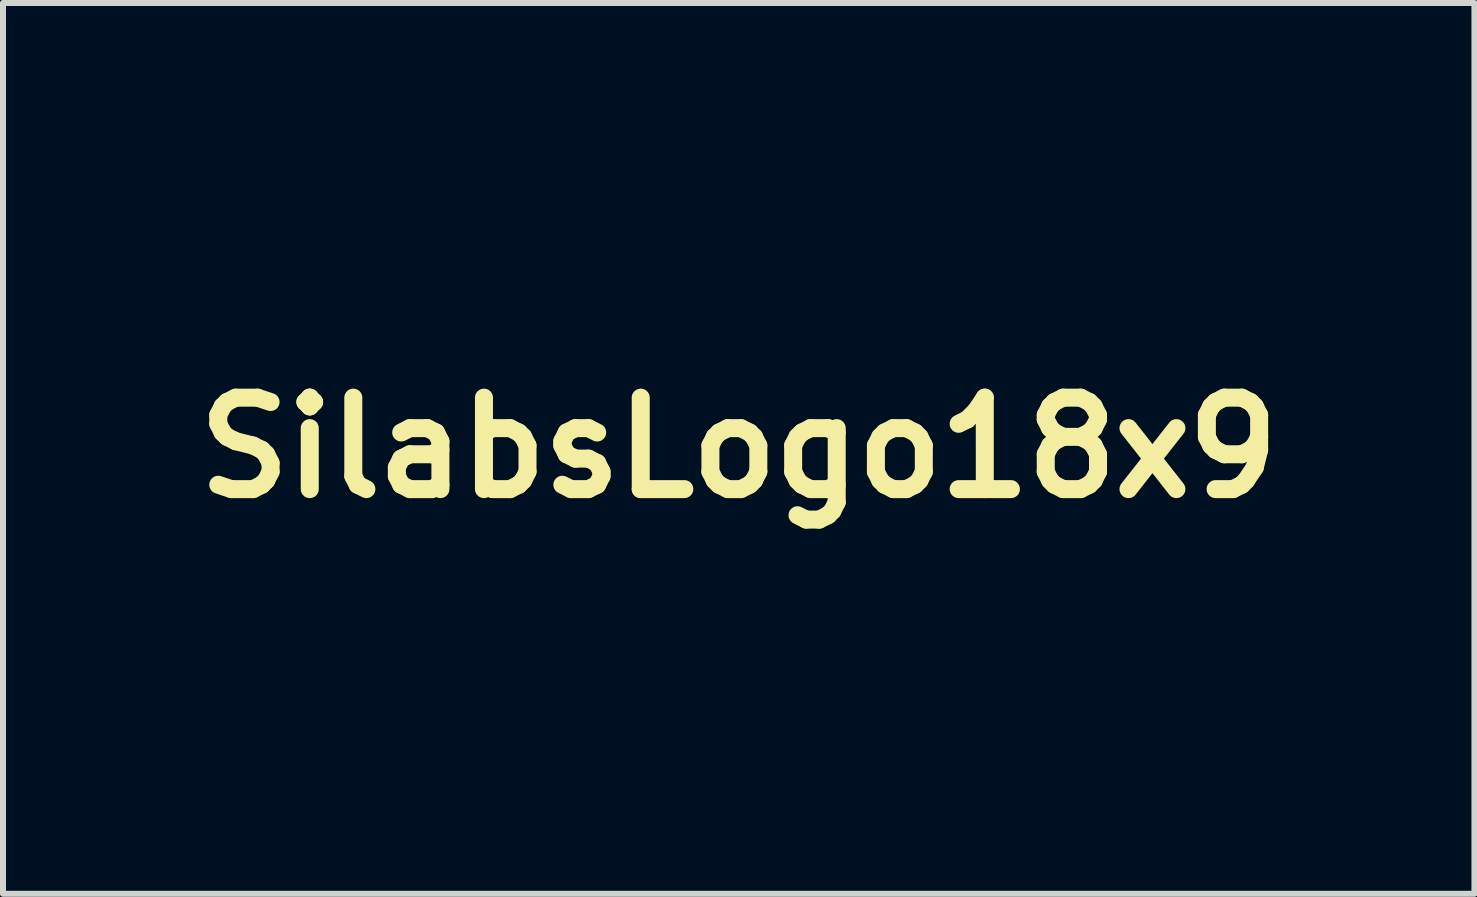
<source format=kicad_pcb>
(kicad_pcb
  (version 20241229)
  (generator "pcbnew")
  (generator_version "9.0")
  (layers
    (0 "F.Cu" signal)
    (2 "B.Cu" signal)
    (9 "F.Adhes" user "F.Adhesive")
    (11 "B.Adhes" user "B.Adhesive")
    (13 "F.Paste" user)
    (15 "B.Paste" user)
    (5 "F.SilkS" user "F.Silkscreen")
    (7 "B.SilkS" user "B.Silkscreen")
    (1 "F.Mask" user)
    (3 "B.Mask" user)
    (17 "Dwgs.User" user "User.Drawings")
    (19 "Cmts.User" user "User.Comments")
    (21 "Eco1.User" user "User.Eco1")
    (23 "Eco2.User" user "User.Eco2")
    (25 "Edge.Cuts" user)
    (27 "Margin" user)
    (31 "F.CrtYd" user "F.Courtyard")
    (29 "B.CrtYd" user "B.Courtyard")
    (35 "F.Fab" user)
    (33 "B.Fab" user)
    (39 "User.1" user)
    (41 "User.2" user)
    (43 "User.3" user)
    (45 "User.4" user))
  (footprint "SilabsLogo18x9"
    (layer "F.Cu")
    (at 9.26 4.411)
    (property "Reference" "SilabsLogo18x9" (at 0 0 0) (layer "F.SilkS") (effects (font (size 1.524 1.524) (thickness 0.3))))
    (attr through_hole)
    (fp_poly (pts (xy -6.856 4.428) (xy -7.148 4.428) (xy -7.148 2.428) (xy -6.856 2.428) (xy -6.856 4.428)) (stroke (width 0.01) (type solid)) (fill no) (layer "Eco2.User"))
    (fp_poly (pts (xy -4.428 4.428) (xy -4.72 4.428) (xy -4.72 2.428) (xy -4.428 2.428) (xy -4.428 4.428)) (stroke (width 0.01) (type solid)) (fill no) (layer "Eco2.User"))
    (fp_poly (pts (xy 3.282 4.136) (xy 4.001 4.136) (xy 4.001 4.428) (xy 2.99 4.428) (xy 2.99 2.428) (xy 3.282 2.428) (xy 3.282 4.136)) (stroke (width 0.01) (type solid)) (fill no) (layer "Eco2.User"))
    (fp_poly (pts (xy -5.844 4.135) (xy -5.49 4.141) (xy -5.136 4.147) (xy -5.123 4.428) (xy -6.136 4.428) (xy -6.136 2.428) (xy -5.844 2.428) (xy -5.844 4.135)) (stroke (width 0.01) (type solid)) (fill no) (layer "Eco2.User"))
    (fp_poly (pts (xy -0.142 2.432) (xy 0.008 2.439) (xy 0.551 3.663) (xy 0.557 3.045) (xy 0.563 2.428) (xy 0.854 2.428) (xy 0.854 4.428) (xy 0.567 4.428) (xy 0.289 3.8) (xy 0.011 3.172) (xy 0.005 3.8) (xy -0.001 4.428) (xy -0.292 4.428) (xy -0.292 2.426) (xy -0.142 2.432)) (stroke (width 0.01) (type solid)) (fill no) (layer "Eco2.User"))
    (fp_poly (pts (xy 6.907 2.428) (xy 7.042 2.431) (xy 7.144 2.438) (xy 7.22 2.45) (xy 7.275 2.468) (xy 7.315 2.495) (xy 7.347 2.53) (xy 7.374 2.569) (xy 7.392 2.606) (xy 7.405 2.649) (xy 7.413 2.709) (xy 7.416 2.794) (xy 7.418 2.914) (xy 7.418 2.933) (xy 7.418 3.224) (xy 7.215 3.43) (xy 7.316 3.529) (xy 7.418 3.628) (xy 7.418 3.921) (xy 7.417 4.047) (xy 7.413 4.136) (xy 7.406 4.199) (xy 7.394 4.244) (xy 7.377 4.281) (xy 7.374 4.287) (xy 7.344 4.331) (xy 7.311 4.365) (xy 7.269 4.39) (xy 7.212 4.407) (xy 7.133 4.419) (xy 7.027 4.425) (xy 6.888 4.428) (xy 6.733 4.428) (xy 6.271 4.428) (xy 6.271 3.574) (xy 6.564 3.574) (xy 6.564 4.136) (xy 7.125 4.136) (xy 7.125 3.574) (xy 6.564 3.574) (xy 6.271 3.574) (xy 6.271 2.72) (xy 6.564 2.72) (xy 6.564 3.282) (xy 7.125 3.282) (xy 7.125 2.72) (xy 6.564 2.72) (xy 6.271 2.72) (xy 6.271 2.428) (xy 6.733 2.428) (xy 6.907 2.428)) (stroke (width 0.01) (type solid)) (fill no) (layer "Eco2.User"))
    (fp_poly (pts (xy -0.952 2.526) (xy -0.854 2.624) (xy -0.854 3.419) (xy -0.854 3.631) (xy -0.855 3.802) (xy -0.856 3.937) (xy -0.858 4.042) (xy -0.862 4.12) (xy -0.866 4.178) (xy -0.872 4.218) (xy -0.88 4.247) (xy -0.89 4.268) (xy -0.897 4.279) (xy -0.935 4.331) (xy -0.974 4.37) (xy -1.023 4.396) (xy -1.088 4.413) (xy -1.177 4.423) (xy -1.298 4.427) (xy -1.427 4.428) (xy -1.566 4.427) (xy -1.667 4.425) (xy -1.739 4.42) (xy -1.789 4.412) (xy -1.825 4.4) (xy -1.851 4.385) (xy -1.911 4.334) (xy -1.958 4.279) (xy -1.969 4.259) (xy -1.978 4.235) (xy -1.985 4.201) (xy -1.991 4.153) (xy -1.995 4.087) (xy -1.997 3.996) (xy -1.999 3.878) (xy -2 3.726) (xy -2 3.536) (xy -2 3.428) (xy -2 3.218) (xy -2 3.048) (xy -1.998 2.914) (xy -1.996 2.81) (xy -1.993 2.732) (xy -1.992 2.72) (xy -1.708 2.72) (xy -1.708 4.136) (xy -1.146 4.136) (xy -1.146 2.72) (xy -1.708 2.72) (xy -1.992 2.72) (xy -1.988 2.676) (xy -1.982 2.636) (xy -1.974 2.608) (xy -1.964 2.586) (xy -1.958 2.577) (xy -1.921 2.525) (xy -1.882 2.487) (xy -1.834 2.46) (xy -1.77 2.443) (xy -1.682 2.433) (xy -1.564 2.429) (xy -1.419 2.428) (xy -1.051 2.428) (xy -0.952 2.526)) (stroke (width 0.01) (type solid)) (fill no) (layer "Eco2.User"))
    (fp_poly (pts (xy -3.113 2.432) (xy -2.977 2.435) (xy -2.877 2.438) (xy -2.808 2.443) (xy -2.761 2.451) (xy -2.729 2.462) (xy -2.704 2.478) (xy -2.686 2.495) (xy -2.616 2.576) (xy -2.577 2.668) (xy -2.563 2.783) (xy -2.562 2.809) (xy -2.562 2.945) (xy -2.855 2.945) (xy -2.855 2.72) (xy -3.417 2.72) (xy -3.417 4.136) (xy -2.855 4.136) (xy -2.855 3.842) (xy -2.714 3.848) (xy -2.574 3.855) (xy -2.574 4.046) (xy -2.576 4.148) (xy -2.583 4.216) (xy -2.598 4.264) (xy -2.619 4.297) (xy -2.657 4.343) (xy -2.697 4.377) (xy -2.745 4.401) (xy -2.811 4.416) (xy -2.901 4.424) (xy -3.022 4.428) (xy -3.139 4.428) (xy -3.277 4.427) (xy -3.378 4.425) (xy -3.449 4.42) (xy -3.5 4.412) (xy -3.538 4.4) (xy -3.567 4.384) (xy -3.603 4.361) (xy -3.632 4.338) (xy -3.656 4.309) (xy -3.674 4.27) (xy -3.687 4.217) (xy -3.696 4.145) (xy -3.703 4.05) (xy -3.706 3.926) (xy -3.708 3.77) (xy -3.709 3.576) (xy -3.709 3.423) (xy -3.709 3.214) (xy -3.708 3.045) (xy -3.707 2.912) (xy -3.705 2.808) (xy -3.701 2.731) (xy -3.697 2.674) (xy -3.69 2.634) (xy -3.682 2.604) (xy -3.672 2.581) (xy -3.665 2.569) (xy -3.63 2.519) (xy -3.591 2.482) (xy -3.54 2.457) (xy -3.472 2.44) (xy -3.378 2.432) (xy -3.252 2.43) (xy -3.113 2.432)) (stroke (width 0.01) (type solid)) (fill no) (layer "Eco2.User"))
    (fp_poly (pts (xy 5.074 2.432) (xy 5.221 2.439) (xy 5.272 2.619) (xy 5.29 2.682) (xy 5.319 2.783) (xy 5.356 2.914) (xy 5.4 3.07) (xy 5.449 3.244) (xy 5.502 3.429) (xy 5.55 3.6) (xy 5.601 3.782) (xy 5.649 3.95) (xy 5.691 4.1) (xy 5.726 4.226) (xy 5.753 4.324) (xy 5.77 4.388) (xy 5.777 4.415) (xy 5.777 4.415) (xy 5.756 4.421) (xy 5.702 4.426) (xy 5.627 4.428) (xy 5.624 4.428) (xy 5.472 4.428) (xy 5.418 4.215) (xy 5.365 4.001) (xy 4.772 4.001) (xy 4.748 4.085) (xy 4.728 4.156) (xy 4.702 4.245) (xy 4.687 4.299) (xy 4.65 4.428) (xy 4.505 4.428) (xy 4.431 4.426) (xy 4.379 4.419) (xy 4.361 4.41) (xy 4.367 4.387) (xy 4.383 4.325) (xy 4.41 4.231) (xy 4.444 4.11) (xy 4.484 3.967) (xy 4.529 3.807) (xy 4.557 3.709) (xy 4.854 3.709) (xy 5.07 3.709) (xy 5.169 3.708) (xy 5.232 3.705) (xy 5.265 3.698) (xy 5.276 3.685) (xy 5.274 3.67) (xy 5.264 3.635) (xy 5.245 3.566) (xy 5.219 3.469) (xy 5.189 3.354) (xy 5.167 3.272) (xy 5.071 2.914) (xy 4.978 3.25) (xy 4.945 3.371) (xy 4.914 3.481) (xy 4.89 3.571) (xy 4.874 3.631) (xy 4.87 3.647) (xy 4.854 3.709) (xy 4.557 3.709) (xy 4.578 3.635) (xy 4.629 3.458) (xy 4.679 3.28) (xy 4.729 3.106) (xy 4.776 2.942) (xy 4.818 2.794) (xy 4.855 2.665) (xy 4.885 2.563) (xy 4.906 2.492) (xy 4.914 2.466) (xy 4.927 2.444) (xy 4.957 2.433) (xy 5.013 2.43) (xy 5.074 2.432)) (stroke (width 0.01) (type solid)) (fill no) (layer "Eco2.User"))
    (fp_poly (pts (xy 8.452 2.432) (xy 8.855 2.439) (xy 8.918 2.501) (xy 8.949 2.536) (xy 8.968 2.574) (xy 8.979 2.626) (xy 8.986 2.704) (xy 8.988 2.754) (xy 8.996 2.945) (xy 8.699 2.945) (xy 8.699 2.72) (xy 8.137 2.72) (xy 8.137 2.864) (xy 8.142 2.96) (xy 8.157 3.021) (xy 8.174 3.045) (xy 8.206 3.068) (xy 8.27 3.105) (xy 8.36 3.154) (xy 8.466 3.21) (xy 8.539 3.247) (xy 8.682 3.319) (xy 8.79 3.377) (xy 8.868 3.427) (xy 8.922 3.477) (xy 8.955 3.533) (xy 8.974 3.602) (xy 8.982 3.692) (xy 8.986 3.808) (xy 8.987 3.866) (xy 8.989 4.019) (xy 8.985 4.135) (xy 8.973 4.221) (xy 8.952 4.283) (xy 8.92 4.33) (xy 8.875 4.368) (xy 8.85 4.384) (xy 8.817 4.401) (xy 8.78 4.413) (xy 8.728 4.421) (xy 8.655 4.425) (xy 8.553 4.427) (xy 8.418 4.428) (xy 8.28 4.427) (xy 8.18 4.425) (xy 8.108 4.42) (xy 8.058 4.412) (xy 8.021 4.4) (xy 7.99 4.384) (xy 7.987 4.382) (xy 7.915 4.317) (xy 7.87 4.231) (xy 7.85 4.116) (xy 7.849 4.018) (xy 7.856 3.855) (xy 7.997 3.848) (xy 8.137 3.842) (xy 8.137 4.136) (xy 8.699 4.136) (xy 8.699 3.935) (xy 8.697 3.841) (xy 8.693 3.762) (xy 8.688 3.709) (xy 8.685 3.699) (xy 8.661 3.677) (xy 8.604 3.64) (xy 8.52 3.591) (xy 8.418 3.535) (xy 8.342 3.496) (xy 8.2 3.421) (xy 8.081 3.352) (xy 7.99 3.293) (xy 7.935 3.248) (xy 7.856 3.167) (xy 7.856 2.604) (xy 7.952 2.514) (xy 8.048 2.425) (xy 8.452 2.432)) (stroke (width 0.01) (type solid)) (fill no) (layer "Eco2.User"))
    (fp_poly (pts (xy -8.286 2.429) (xy -8.17 2.433) (xy -8.076 2.438) (xy -8.012 2.445) (xy -7.992 2.45) (xy -7.919 2.5) (xy -7.871 2.588) (xy -7.847 2.713) (xy -7.845 2.782) (xy -7.845 2.945) (xy -8.137 2.945) (xy -8.137 2.72) (xy -8.701 2.72) (xy -8.694 2.883) (xy -8.688 3.046) (xy -8.317 3.237) (xy -8.168 3.314) (xy -8.055 3.376) (xy -7.971 3.431) (xy -7.913 3.483) (xy -7.877 3.54) (xy -7.856 3.609) (xy -7.847 3.695) (xy -7.845 3.805) (xy -7.845 3.883) (xy -7.847 4.036) (xy -7.856 4.151) (xy -7.873 4.236) (xy -7.9 4.299) (xy -7.94 4.346) (xy -7.99 4.383) (xy -8.023 4.4) (xy -8.06 4.412) (xy -8.109 4.421) (xy -8.18 4.425) (xy -8.279 4.428) (xy -8.415 4.428) (xy -8.421 4.428) (xy -8.559 4.427) (xy -8.66 4.425) (xy -8.731 4.42) (xy -8.782 4.412) (xy -8.82 4.4) (xy -8.85 4.384) (xy -8.915 4.332) (xy -8.958 4.264) (xy -8.982 4.172) (xy -8.991 4.047) (xy -8.991 4.024) (xy -8.991 3.842) (xy -8.851 3.848) (xy -8.71 3.855) (xy -8.703 3.995) (xy -8.697 4.136) (xy -8.137 4.136) (xy -8.137 3.924) (xy -8.139 3.816) (xy -8.145 3.744) (xy -8.157 3.7) (xy -8.174 3.675) (xy -8.206 3.652) (xy -8.271 3.614) (xy -8.359 3.566) (xy -8.462 3.512) (xy -8.494 3.495) (xy -8.648 3.417) (xy -8.766 3.353) (xy -8.853 3.297) (xy -8.915 3.245) (xy -8.954 3.19) (xy -8.977 3.126) (xy -8.988 3.049) (xy -8.991 2.951) (xy -8.991 2.888) (xy -8.988 2.755) (xy -8.977 2.657) (xy -8.954 2.586) (xy -8.917 2.531) (xy -8.862 2.484) (xy -8.842 2.47) (xy -8.812 2.454) (xy -8.776 2.443) (xy -8.725 2.435) (xy -8.651 2.43) (xy -8.547 2.428) (xy -8.414 2.428) (xy -8.286 2.429)) (stroke (width 0.01) (type solid)) (fill no) (layer "Eco2.User"))
    (fp_poly (pts (xy 0.313 -4.404) (xy 0.312 -4.398) (xy 0.278 -4.388) (xy 0.208 -4.373) (xy 0.1 -4.353) (xy -0.047 -4.327) (xy -0.237 -4.295) (xy -0.823 -4.192) (xy -1.368 -4.083) (xy -1.877 -3.968) (xy -2.354 -3.845) (xy -2.804 -3.714) (xy -3.229 -3.573) (xy -3.636 -3.421) (xy -4.027 -3.256) (xy -4.408 -3.077) (xy -4.518 -3.022) (xy -4.74 -2.906) (xy -4.927 -2.802) (xy -5.086 -2.704) (xy -5.225 -2.608) (xy -5.351 -2.508) (xy -5.471 -2.4) (xy -5.542 -2.33) (xy -5.671 -2.193) (xy -5.768 -2.074) (xy -5.835 -1.965) (xy -5.879 -1.859) (xy -5.902 -1.748) (xy -5.908 -1.682) (xy -5.898 -1.526) (xy -5.85 -1.38) (xy -5.761 -1.243) (xy -5.63 -1.113) (xy -5.461 -0.99) (xy -5.276 -0.885) (xy -5.058 -0.789) (xy -4.805 -0.701) (xy -4.513 -0.619) (xy -4.181 -0.543) (xy -4.065 -0.519) (xy -3.857 -0.481) (xy -3.65 -0.449) (xy -3.441 -0.422) (xy -3.222 -0.401) (xy -2.989 -0.385) (xy -2.737 -0.373) (xy -2.461 -0.366) (xy -2.154 -0.363) (xy -1.812 -0.363) (xy -1.508 -0.367) (xy -1.167 -0.372) (xy -0.863 -0.38) (xy -0.584 -0.39) (xy -0.323 -0.404) (xy -0.069 -0.421) (xy 0.187 -0.444) (xy 0.454 -0.471) (xy 0.742 -0.504) (xy 0.847 -0.516) (xy 0.989 -0.535) (xy 1.144 -0.556) (xy 1.304 -0.579) (xy 1.465 -0.603) (xy 1.62 -0.628) (xy 1.762 -0.651) (xy 1.886 -0.673) (xy 1.986 -0.692) (xy 2.056 -0.706) (xy 2.089 -0.716) (xy 2.09 -0.718) (xy 2.07 -0.734) (xy 2.017 -0.758) (xy 1.94 -0.788) (xy 1.849 -0.819) (xy 1.754 -0.85) (xy 1.665 -0.875) (xy 1.618 -0.886) (xy 1.495 -0.908) (xy 1.335 -0.93) (xy 1.146 -0.95) (xy 0.938 -0.969) (xy 0.718 -0.985) (xy 0.494 -0.998) (xy 0.276 -1.007) (xy 0.07 -1.011) (xy 0 -1.011) (xy -0.365 -1.02) (xy -0.706 -1.046) (xy -1.02 -1.089) (xy -1.301 -1.147) (xy -1.506 -1.207) (xy -1.756 -1.303) (xy -1.962 -1.408) (xy -2.126 -1.521) (xy -2.248 -1.645) (xy -2.33 -1.779) (xy -2.373 -1.925) (xy -2.377 -1.967) (xy -2.368 -2.108) (xy -2.318 -2.258) (xy -2.23 -2.412) (xy -2.108 -2.564) (xy -1.954 -2.71) (xy -1.903 -2.752) (xy -1.584 -2.976) (xy -1.227 -3.183) (xy -0.835 -3.37) (xy -0.412 -3.537) (xy 0.038 -3.682) (xy 0.513 -3.804) (xy 1.008 -3.901) (xy 1.304 -3.946) (xy 1.458 -3.962) (xy 1.647 -3.976) (xy 1.858 -3.986) (xy 2.082 -3.993) (xy 2.307 -3.997) (xy 2.522 -3.996) (xy 2.717 -3.992) (xy 2.88 -3.982) (xy 2.9 -3.981) (xy 3.185 -3.951) (xy 3.46 -3.911) (xy 3.721 -3.863) (xy 3.96 -3.809) (xy 4.174 -3.748) (xy 4.357 -3.684) (xy 4.504 -3.617) (xy 4.572 -3.575) (xy 4.67 -3.496) (xy 4.761 -3.403) (xy 4.833 -3.308) (xy 4.878 -3.221) (xy 4.881 -3.211) (xy 4.892 -3.098) (xy 4.861 -2.983) (xy 4.789 -2.871) (xy 4.784 -2.865) (xy 4.741 -2.826) (xy 4.674 -2.775) (xy 4.592 -2.718) (xy 4.506 -2.662) (xy 4.425 -2.614) (xy 4.359 -2.578) (xy 4.318 -2.563) (xy 4.315 -2.562) (xy 4.294 -2.549) (xy 4.293 -2.546) (xy 4.315 -2.538) (xy 4.376 -2.526) (xy 4.471 -2.508) (xy 4.596 -2.487) (xy 4.746 -2.462) (xy 4.915 -2.435) (xy 5.091 -2.408) (xy 5.888 -2.287) (xy 6.119 -2.359) (xy 6.311 -2.419) (xy 6.467 -2.469) (xy 6.591 -2.509) (xy 6.692 -2.544) (xy 6.775 -2.574) (xy 6.846 -2.603) (xy 6.911 -2.631) (xy 6.961 -2.655) (xy 7.136 -2.754) (xy 7.285 -2.871) (xy 7.403 -3.001) (xy 7.486 -3.138) (xy 7.531 -3.279) (xy 7.538 -3.364) (xy 7.514 -3.508) (xy 7.449 -3.652) (xy 7.345 -3.79) (xy 7.206 -3.92) (xy 7.036 -4.038) (xy 6.917 -4.102) (xy 6.835 -4.143) (xy 6.775 -4.177) (xy 6.743 -4.198) (xy 6.743 -4.203) (xy 6.785 -4.196) (xy 6.862 -4.175) (xy 6.964 -4.144) (xy 7.083 -4.106) (xy 7.211 -4.062) (xy 7.339 -4.017) (xy 7.46 -3.972) (xy 7.564 -3.931) (xy 7.594 -3.919) (xy 7.899 -3.775) (xy 8.169 -3.62) (xy 8.405 -3.453) (xy 8.603 -3.278) (xy 8.763 -3.095) (xy 8.881 -2.907) (xy 8.957 -2.714) (xy 8.967 -2.675) (xy 8.993 -2.463) (xy 8.976 -2.244) (xy 8.917 -2.02) (xy 8.817 -1.792) (xy 8.677 -1.562) (xy 8.499 -1.332) (xy 8.283 -1.103) (xy 8.031 -0.877) (xy 7.743 -0.655) (xy 7.421 -0.438) (xy 7.331 -0.383) (xy 7.027 -0.203) (xy 6.728 -0.037) (xy 6.429 0.118) (xy 6.123 0.264) (xy 5.804 0.405) (xy 5.465 0.543) (xy 5.1 0.68) (xy 4.702 0.821) (xy 4.328 0.947) (xy 4.098 1.022) (xy 3.909 1.084) (xy 3.76 1.131) (xy 3.652 1.164) (xy 3.586 1.183) (xy 3.561 1.187) (xy 3.578 1.177) (xy 3.637 1.152) (xy 3.72 1.12) (xy 3.974 1.022) (xy 4.192 0.937) (xy 4.38 0.861) (xy 4.544 0.791) (xy 4.69 0.726) (xy 4.826 0.663) (xy 4.923 0.615) (xy 5.213 0.461) (xy 5.475 0.302) (xy 5.706 0.141) (xy 5.904 -0.02) (xy 6.066 -0.178) (xy 6.188 -0.332) (xy 6.25 -0.437) (xy 6.312 -0.6) (xy 6.339 -0.76) (xy 6.331 -0.911) (xy 6.298 -1.018) (xy 6.21 -1.164) (xy 6.08 -1.301) (xy 5.91 -1.429) (xy 5.701 -1.546) (xy 5.457 -1.652) (xy 5.178 -1.745) (xy 4.868 -1.824) (xy 4.608 -1.875) (xy 3.918 -1.977) (xy 3.212 -2.044) (xy 2.486 -2.078) (xy 1.739 -2.079) (xy 0.969 -2.045) (xy 0.171 -1.978) (xy -0.247 -1.931) (xy -0.392 -1.913) (xy -0.552 -1.891) (xy -0.721 -1.867) (xy -0.892 -1.842) (xy -1.061 -1.817) (xy -1.22 -1.792) (xy -1.364 -1.769) (xy -1.487 -1.748) (xy -1.583 -1.73) (xy -1.646 -1.717) (xy -1.67 -1.709) (xy -1.661 -1.692) (xy -1.618 -1.664) (xy -1.548 -1.629) (xy -1.46 -1.589) (xy -1.361 -1.548) (xy -1.259 -1.511) (xy -1.163 -1.479) (xy -1.098 -1.461) (xy -0.933 -1.429) (xy -0.729 -1.4) (xy -0.49 -1.375) (xy -0.222 -1.356) (xy 0.07 -1.342) (xy 0.18 -1.338) (xy 0.528 -1.325) (xy 0.836 -1.307) (xy 1.109 -1.285) (xy 1.352 -1.258) (xy 1.568 -1.224) (xy 1.763 -1.184) (xy 1.941 -1.137) (xy 2.001 -1.119) (xy 2.228 -1.036) (xy 2.427 -0.941) (xy 2.595 -0.836) (xy 2.726 -0.724) (xy 2.818 -0.609) (xy 2.834 -0.58) (xy 2.873 -0.457) (xy 2.875 -0.319) (xy 2.842 -0.174) (xy 2.775 -0.031) (xy 2.678 0.103) (xy 2.635 0.148) (xy 2.418 0.337) (xy 2.164 0.511) (xy 1.871 0.673) (xy 1.538 0.823) (xy 1.163 0.962) (xy 1.146 0.967) (xy 0.703 1.101) (xy 0.241 1.215) (xy -0.233 1.307) (xy -0.712 1.378) (xy -1.19 1.426) (xy -1.659 1.451) (xy -2.112 1.452) (xy -2.544 1.429) (xy -2.946 1.38) (xy -3.001 1.371) (xy -3.279 1.316) (xy -3.533 1.25) (xy -3.759 1.174) (xy -3.956 1.089) (xy -4.121 0.998) (xy -4.251 0.902) (xy -4.343 0.801) (xy -4.395 0.698) (xy -4.406 0.626) (xy -4.396 0.56) (xy -4.362 0.495) (xy -4.301 0.426) (xy -4.207 0.346) (xy -4.145 0.299) (xy -4.08 0.249) (xy -4.034 0.21) (xy -4.016 0.188) (xy -4.017 0.186) (xy -4.042 0.18) (xy -4.106 0.164) (xy -4.203 0.141) (xy -4.328 0.111) (xy -4.476 0.077) (xy -4.641 0.038) (xy -4.754 0.011) (xy -5.473 -0.158) (xy -5.745 -0.023) (xy -5.912 0.066) (xy -6.086 0.167) (xy -6.262 0.278) (xy -6.432 0.392) (xy -6.59 0.505) (xy -6.728 0.613) (xy -6.84 0.71) (xy -6.919 0.793) (xy -6.925 0.8) (xy -6.996 0.92) (xy -7.031 1.048) (xy -7.026 1.175) (xy -7.005 1.243) (xy -6.958 1.318) (xy -6.88 1.404) (xy -6.78 1.493) (xy -6.667 1.576) (xy -6.628 1.601) (xy -6.499 1.67) (xy -6.334 1.743) (xy -6.143 1.817) (xy -5.934 1.887) (xy -5.853 1.913) (xy -5.734 1.949) (xy -5.656 1.975) (xy -5.619 1.992) (xy -5.622 1.999) (xy -5.668 1.995) (xy -5.756 1.982) (xy -5.887 1.96) (xy -6.035 1.932) (xy -6.487 1.838) (xy -6.897 1.735) (xy -7.267 1.621) (xy -7.599 1.496) (xy -7.894 1.359) (xy -8.155 1.21) (xy -8.383 1.047) (xy -8.528 0.922) (xy -8.708 0.729) (xy -8.843 0.529) (xy -8.935 0.322) (xy -8.982 0.11) (xy -8.985 -0.107) (xy -8.943 -0.33) (xy -8.857 -0.557) (xy -8.728 -0.789) (xy -8.554 -1.025) (xy -8.339 -1.26) (xy -8.073 -1.505) (xy -7.765 -1.747) (xy -7.417 -1.985) (xy -7.031 -2.219) (xy -6.61 -2.447) (xy -6.156 -2.669) (xy -5.672 -2.883) (xy -5.161 -3.089) (xy -4.624 -3.285) (xy -4.065 -3.471) (xy -3.485 -3.645) (xy -2.887 -3.808) (xy -2.275 -3.956) (xy -1.649 -4.091) (xy -1.012 -4.21) (xy -0.865 -4.235) (xy -0.722 -4.258) (xy -0.567 -4.283) (xy -0.406 -4.308) (xy -0.248 -4.332) (xy -0.098 -4.355) (xy 0.037 -4.374) (xy 0.149 -4.39) (xy 0.232 -4.401) (xy 0.279 -4.405) (xy 0.284 -4.406) (xy 0.313 -4.404)) (stroke (width 0.01) (type solid)) (fill no) (layer "Eco2.User")))
  (gr_rect
    (start -3 -3)
    (end 21.52 11.844)
    (stroke (width 0.1) (type default))
    (fill no)
    (layer "Edge.Cuts")))
</source>
